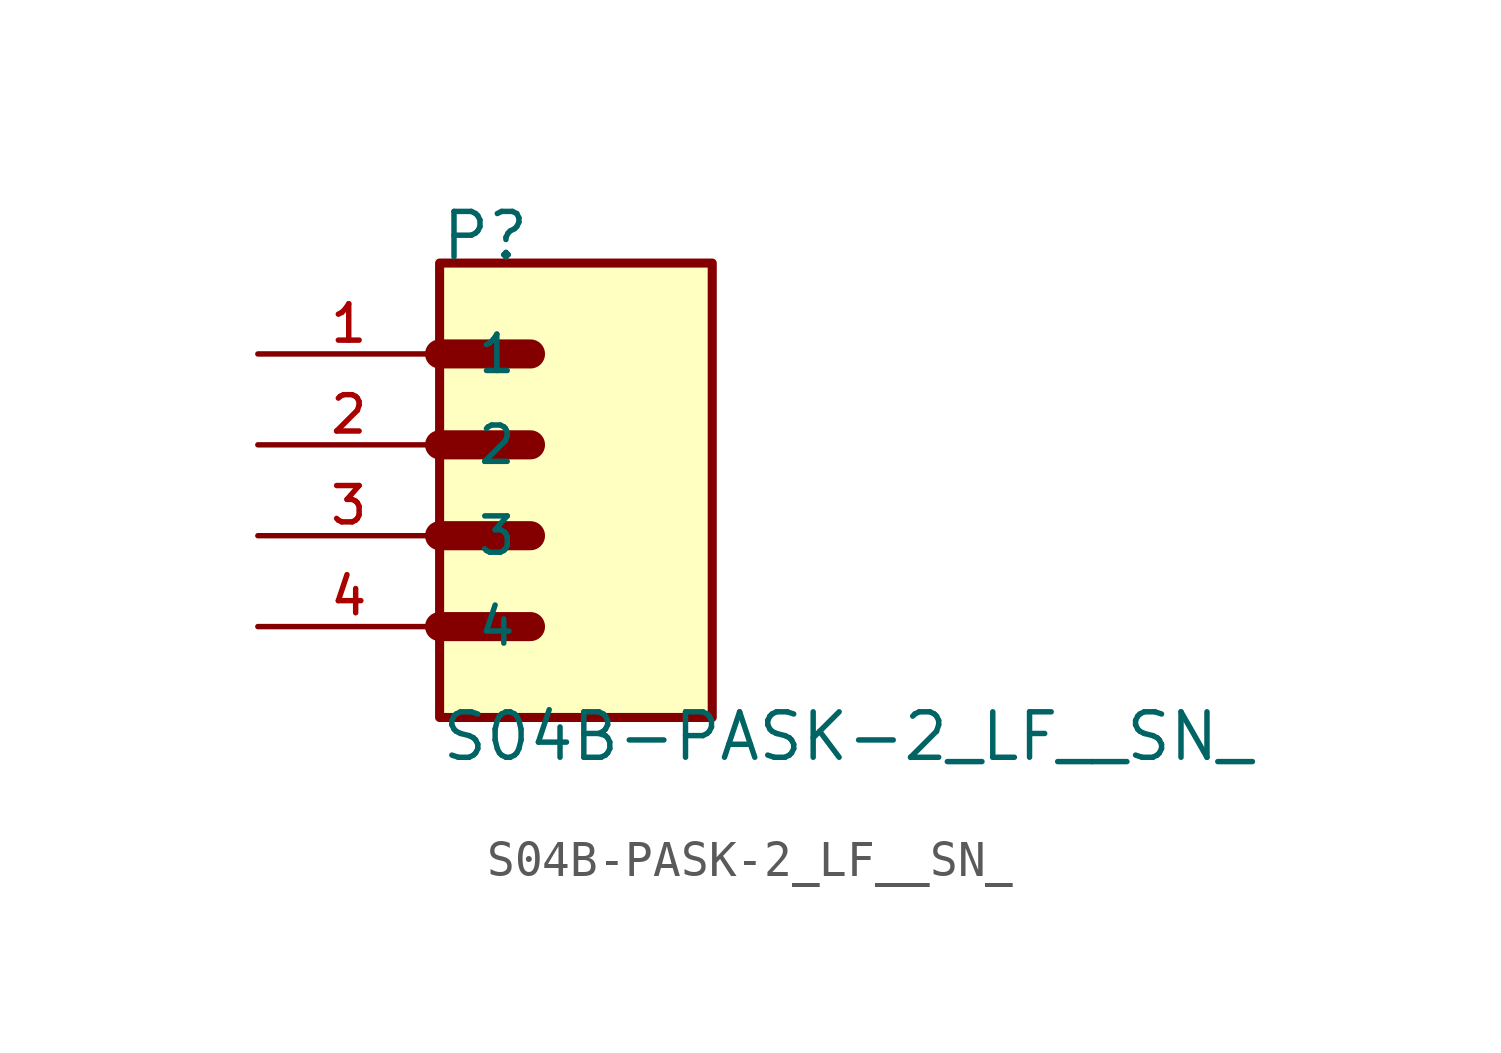
<source format=kicad_sym>
(kicad_symbol_lib
  (version 20211014)
  (generator kicad_symbol_editor)
  (symbol "S04B-PASK-2_LF__SN_"
    (pin_names
      (offset 1.016))
    (property "Reference" "P"
      (at 0.0 6.361 0)
      (effects (font (size 1.27 1.27)) (justify bottom left)))
    (property "Value" "S04B-PASK-2_LF__SN_"
      (at 0.0 -7.626 0)
      (effects (font (size 1.27 1.27)) (justify bottom left)))
    (symbol "S04B-PASK-2_LF__SN__0_0"
      (polyline (pts (xy 0.0 3.81) (xy 2.54 3.81)) (stroke (width 0.813)))
      (polyline (pts (xy 0.0 1.27) (xy 2.54 1.27)) (stroke (width 0.813)))
      (polyline (pts (xy 0.0 -1.27) (xy 2.54 -1.27)) (stroke (width 0.813)))
      (polyline (pts (xy 0.0 -3.81) (xy 2.54 -3.81)) (stroke (width 0.813)))
      (rectangle (start 8.881784197e-16 -6.35) (end 7.62 6.35) (stroke (width 0.254)) (fill (type background)))
      (pin passive line (at -5.08 3.81 0) (length 5.08) (name "1" (effects (font (size 1.016 1.016)))) (number "1" (effects (font (size 1.016 1.016)))))
      (pin passive line (at -5.08 1.27 0) (length 5.08) (name "2" (effects (font (size 1.016 1.016)))) (number "2" (effects (font (size 1.016 1.016)))))
      (pin passive line (at -5.08 -1.27 0) (length 5.08) (name "3" (effects (font (size 1.016 1.016)))) (number "3" (effects (font (size 1.016 1.016)))))
      (pin passive line (at -5.08 -3.81 0) (length 5.08) (name "4" (effects (font (size 1.016 1.016)))) (number "4" (effects (font (size 1.016 1.016))))))))
</source>
